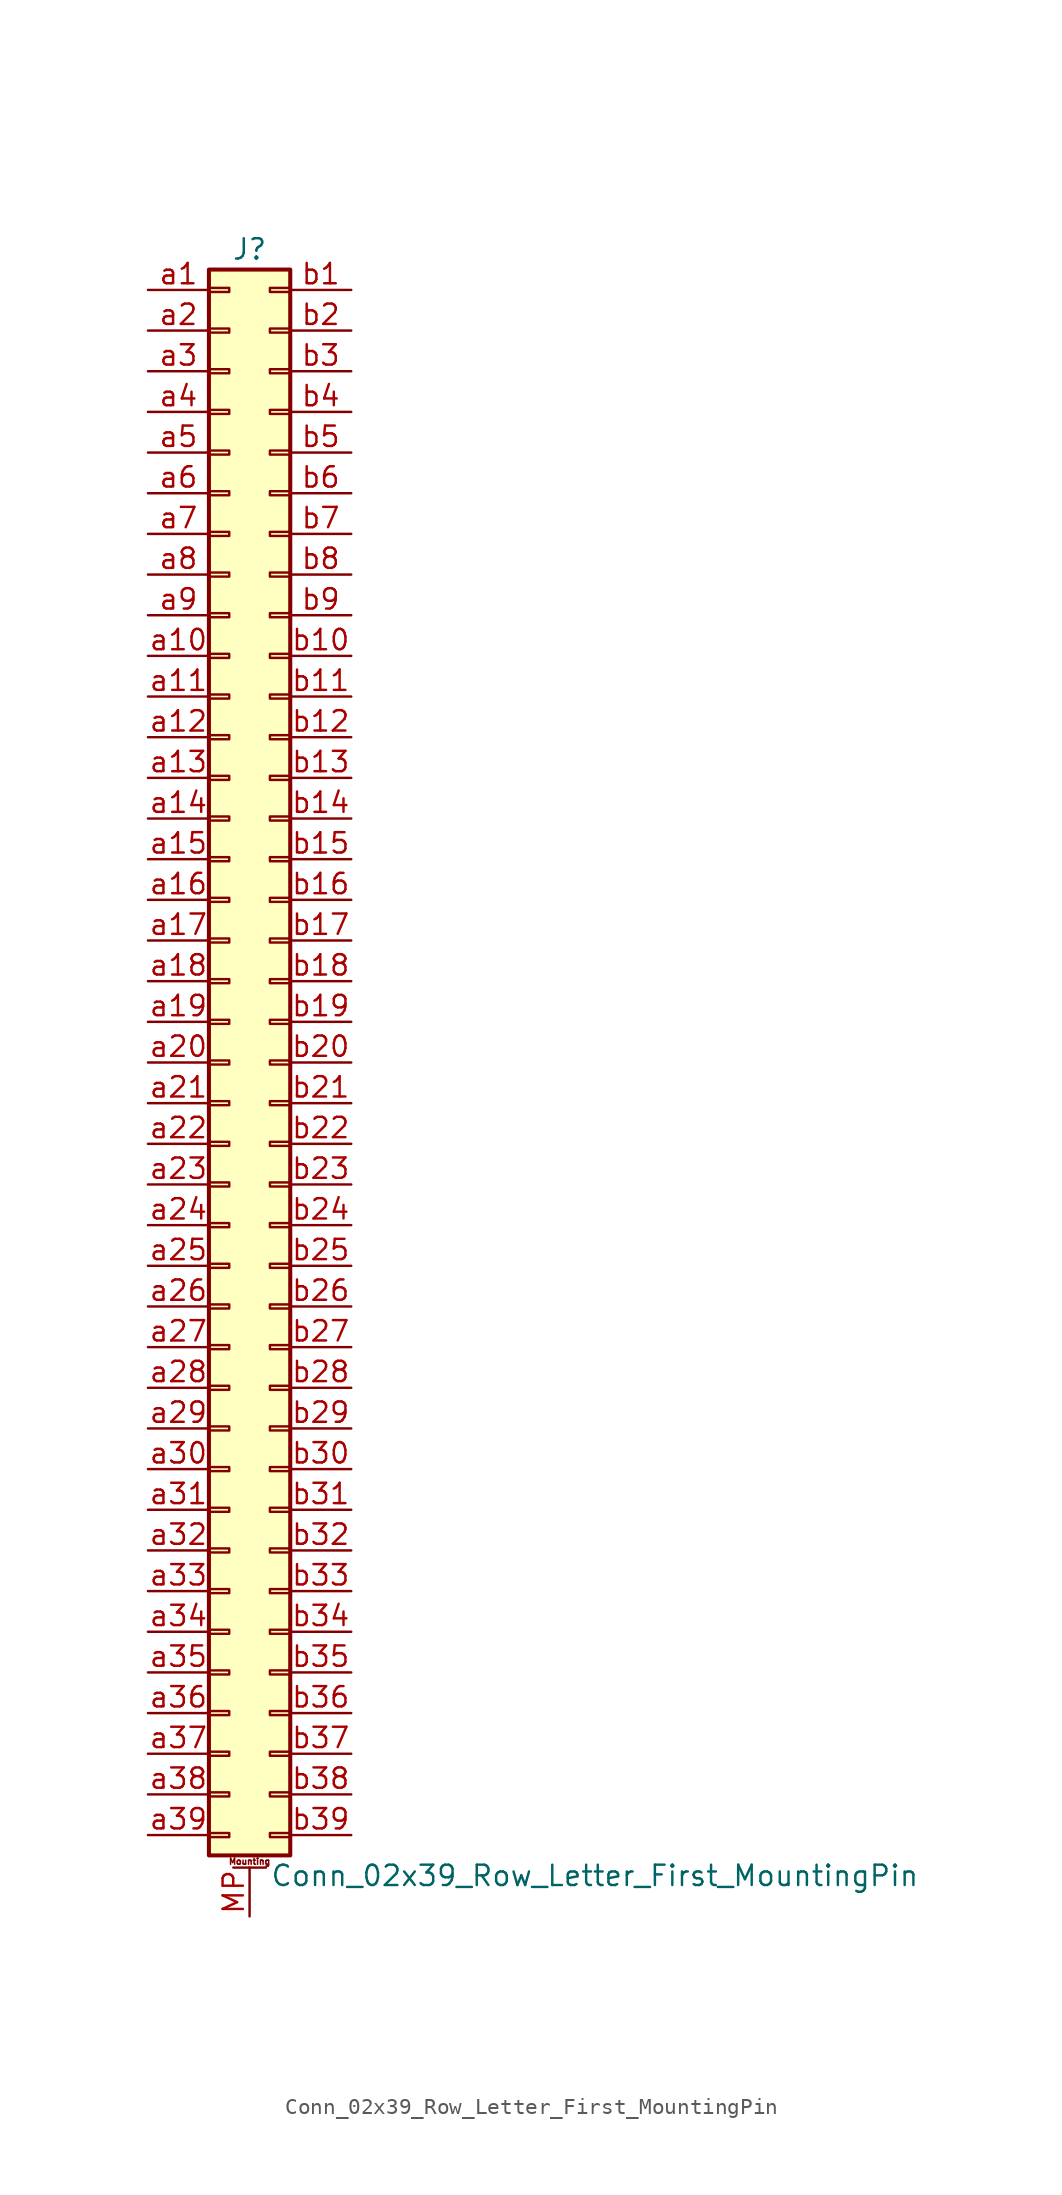
<source format=kicad_sym>
(kicad_symbol_lib
  (version 20201005)
  (generator kicad_symbol_editor)
  (symbol "Conn_02x39_Row_Letter_First_MountingPin"
    (pin_names
      (offset 1.016) hide)
    (property "Reference" "J"
      (at 1.27 50.8 0)
      (effects (font (size 1.27 1.27))))
    (property "Value" "Conn_02x39_Row_Letter_First_MountingPin"
      (at 2.54 -50.8 0)
      (effects (font (size 1.27 1.27)) (justify left)))
    (symbol "Conn_02x39_Row_Letter_First_MountingPin_1_1"
      (text "Mounting" (at 1.27 -49.911 0) (effects (font (size 0.381 0.381))))
      (rectangle (start -1.27 -48.133) (end 0 -48.387) (stroke (width 0.152)) (fill (type none)))
      (rectangle (start -1.27 -45.593) (end 0 -45.847) (stroke (width 0.152)) (fill (type none)))
      (rectangle (start -1.27 -43.053) (end 0 -43.307) (stroke (width 0.152)) (fill (type none)))
      (rectangle (start -1.27 -40.513) (end 0 -40.767) (stroke (width 0.152)) (fill (type none)))
      (rectangle (start -1.27 -37.973) (end 0 -38.227) (stroke (width 0.152)) (fill (type none)))
      (rectangle (start -1.27 -35.433) (end 0 -35.687) (stroke (width 0.152)) (fill (type none)))
      (rectangle (start -1.27 -32.893) (end 0 -33.147) (stroke (width 0.152)) (fill (type none)))
      (rectangle (start -1.27 -30.353) (end 0 -30.607) (stroke (width 0.152)) (fill (type none)))
      (rectangle (start -1.27 -27.813) (end 0 -28.067) (stroke (width 0.152)) (fill (type none)))
      (rectangle (start -1.27 -25.273) (end 0 -25.527) (stroke (width 0.152)) (fill (type none)))
      (rectangle (start -1.27 -22.733) (end 0 -22.987) (stroke (width 0.152)) (fill (type none)))
      (rectangle (start -1.27 -20.193) (end 0 -20.447) (stroke (width 0.152)) (fill (type none)))
      (rectangle (start -1.27 -17.653) (end 0 -17.907) (stroke (width 0.152)) (fill (type none)))
      (rectangle (start -1.27 -15.113) (end 0 -15.367) (stroke (width 0.152)) (fill (type none)))
      (rectangle (start -1.27 -12.573) (end 0 -12.827) (stroke (width 0.152)) (fill (type none)))
      (rectangle (start -1.27 -10.033) (end 0 -10.287) (stroke (width 0.152)) (fill (type none)))
      (rectangle (start -1.27 -7.493) (end 0 -7.747) (stroke (width 0.152)) (fill (type none)))
      (rectangle (start -1.27 -4.953) (end 0 -5.207) (stroke (width 0.152)) (fill (type none)))
      (rectangle (start -1.27 -2.413) (end 0 -2.667) (stroke (width 0.152)) (fill (type none)))
      (rectangle (start -1.27 0.127) (end 0 -0.127) (stroke (width 0.152)) (fill (type none)))
      (rectangle (start -1.27 2.667) (end 0 2.413) (stroke (width 0.152)) (fill (type none)))
      (rectangle (start -1.27 5.207) (end 0 4.953) (stroke (width 0.152)) (fill (type none)))
      (rectangle (start -1.27 7.747) (end 0 7.493) (stroke (width 0.152)) (fill (type none)))
      (rectangle (start -1.27 10.287) (end 0 10.033) (stroke (width 0.152)) (fill (type none)))
      (rectangle (start -1.27 12.827) (end 0 12.573) (stroke (width 0.152)) (fill (type none)))
      (rectangle (start -1.27 15.367) (end 0 15.113) (stroke (width 0.152)) (fill (type none)))
      (rectangle (start -1.27 17.907) (end 0 17.653) (stroke (width 0.152)) (fill (type none)))
      (rectangle (start -1.27 20.447) (end 0 20.193) (stroke (width 0.152)) (fill (type none)))
      (rectangle (start -1.27 22.987) (end 0 22.733) (stroke (width 0.152)) (fill (type none)))
      (rectangle (start -1.27 25.527) (end 0 25.273) (stroke (width 0.152)) (fill (type none)))
      (rectangle (start -1.27 28.067) (end 0 27.813) (stroke (width 0.152)) (fill (type none)))
      (rectangle (start -1.27 30.607) (end 0 30.353) (stroke (width 0.152)) (fill (type none)))
      (rectangle (start -1.27 33.147) (end 0 32.893) (stroke (width 0.152)) (fill (type none)))
      (rectangle (start -1.27 35.687) (end 0 35.433) (stroke (width 0.152)) (fill (type none)))
      (rectangle (start -1.27 38.227) (end 0 37.973) (stroke (width 0.152)) (fill (type none)))
      (rectangle (start -1.27 40.767) (end 0 40.513) (stroke (width 0.152)) (fill (type none)))
      (rectangle (start -1.27 43.307) (end 0 43.053) (stroke (width 0.152)) (fill (type none)))
      (rectangle (start -1.27 45.847) (end 0 45.593) (stroke (width 0.152)) (fill (type none)))
      (rectangle (start -1.27 48.387) (end 0 48.133) (stroke (width 0.152)) (fill (type none)))
      (rectangle (start -1.27 49.53) (end 3.81 -49.53) (stroke (width 0.254)) (fill (type background)))
      (rectangle (start 3.81 -48.133) (end 2.54 -48.387) (stroke (width 0.152)) (fill (type none)))
      (rectangle (start 3.81 -45.593) (end 2.54 -45.847) (stroke (width 0.152)) (fill (type none)))
      (rectangle (start 3.81 -43.053) (end 2.54 -43.307) (stroke (width 0.152)) (fill (type none)))
      (rectangle (start 3.81 -40.513) (end 2.54 -40.767) (stroke (width 0.152)) (fill (type none)))
      (rectangle (start 3.81 -37.973) (end 2.54 -38.227) (stroke (width 0.152)) (fill (type none)))
      (rectangle (start 3.81 -35.433) (end 2.54 -35.687) (stroke (width 0.152)) (fill (type none)))
      (rectangle (start 3.81 -32.893) (end 2.54 -33.147) (stroke (width 0.152)) (fill (type none)))
      (rectangle (start 3.81 -30.353) (end 2.54 -30.607) (stroke (width 0.152)) (fill (type none)))
      (rectangle (start 3.81 -27.813) (end 2.54 -28.067) (stroke (width 0.152)) (fill (type none)))
      (rectangle (start 3.81 -25.273) (end 2.54 -25.527) (stroke (width 0.152)) (fill (type none)))
      (rectangle (start 3.81 -22.733) (end 2.54 -22.987) (stroke (width 0.152)) (fill (type none)))
      (rectangle (start 3.81 -20.193) (end 2.54 -20.447) (stroke (width 0.152)) (fill (type none)))
      (rectangle (start 3.81 -17.653) (end 2.54 -17.907) (stroke (width 0.152)) (fill (type none)))
      (rectangle (start 3.81 -15.113) (end 2.54 -15.367) (stroke (width 0.152)) (fill (type none)))
      (rectangle (start 3.81 -12.573) (end 2.54 -12.827) (stroke (width 0.152)) (fill (type none)))
      (rectangle (start 3.81 -10.033) (end 2.54 -10.287) (stroke (width 0.152)) (fill (type none)))
      (rectangle (start 3.81 -7.493) (end 2.54 -7.747) (stroke (width 0.152)) (fill (type none)))
      (rectangle (start 3.81 -4.953) (end 2.54 -5.207) (stroke (width 0.152)) (fill (type none)))
      (rectangle (start 3.81 -2.413) (end 2.54 -2.667) (stroke (width 0.152)) (fill (type none)))
      (rectangle (start 3.81 0.127) (end 2.54 -0.127) (stroke (width 0.152)) (fill (type none)))
      (rectangle (start 3.81 2.667) (end 2.54 2.413) (stroke (width 0.152)) (fill (type none)))
      (rectangle (start 3.81 5.207) (end 2.54 4.953) (stroke (width 0.152)) (fill (type none)))
      (rectangle (start 3.81 7.747) (end 2.54 7.493) (stroke (width 0.152)) (fill (type none)))
      (rectangle (start 3.81 10.287) (end 2.54 10.033) (stroke (width 0.152)) (fill (type none)))
      (rectangle (start 3.81 12.827) (end 2.54 12.573) (stroke (width 0.152)) (fill (type none)))
      (rectangle (start 3.81 15.367) (end 2.54 15.113) (stroke (width 0.152)) (fill (type none)))
      (rectangle (start 3.81 17.907) (end 2.54 17.653) (stroke (width 0.152)) (fill (type none)))
      (rectangle (start 3.81 20.447) (end 2.54 20.193) (stroke (width 0.152)) (fill (type none)))
      (rectangle (start 3.81 22.987) (end 2.54 22.733) (stroke (width 0.152)) (fill (type none)))
      (rectangle (start 3.81 25.527) (end 2.54 25.273) (stroke (width 0.152)) (fill (type none)))
      (rectangle (start 3.81 28.067) (end 2.54 27.813) (stroke (width 0.152)) (fill (type none)))
      (rectangle (start 3.81 30.607) (end 2.54 30.353) (stroke (width 0.152)) (fill (type none)))
      (rectangle (start 3.81 33.147) (end 2.54 32.893) (stroke (width 0.152)) (fill (type none)))
      (rectangle (start 3.81 35.687) (end 2.54 35.433) (stroke (width 0.152)) (fill (type none)))
      (rectangle (start 3.81 38.227) (end 2.54 37.973) (stroke (width 0.152)) (fill (type none)))
      (rectangle (start 3.81 40.767) (end 2.54 40.513) (stroke (width 0.152)) (fill (type none)))
      (rectangle (start 3.81 43.307) (end 2.54 43.053) (stroke (width 0.152)) (fill (type none)))
      (rectangle (start 3.81 45.847) (end 2.54 45.593) (stroke (width 0.152)) (fill (type none)))
      (rectangle (start 3.81 48.387) (end 2.54 48.133) (stroke (width 0.152)) (fill (type none)))
      (polyline (pts (xy 0.254 -50.292) (xy 2.286 -50.292)) (stroke (width 0.152)) (fill (type none)))
      (pin passive line (at 1.27 -53.34 90) (length 3.048) (name "MountPin" (effects (font (size 1.27 1.27)))) (number "MP" (effects (font (size 1.27 1.27)))))
      (pin passive line (at -5.08 48.26 0) (length 3.81) (name "Pin_a1" (effects (font (size 1.27 1.27)))) (number "a1" (effects (font (size 1.27 1.27)))))
      (pin passive line (at -5.08 25.4 0) (length 3.81) (name "Pin_a10" (effects (font (size 1.27 1.27)))) (number "a10" (effects (font (size 1.27 1.27)))))
      (pin passive line (at -5.08 22.86 0) (length 3.81) (name "Pin_a11" (effects (font (size 1.27 1.27)))) (number "a11" (effects (font (size 1.27 1.27)))))
      (pin passive line (at -5.08 20.32 0) (length 3.81) (name "Pin_a12" (effects (font (size 1.27 1.27)))) (number "a12" (effects (font (size 1.27 1.27)))))
      (pin passive line (at -5.08 17.78 0) (length 3.81) (name "Pin_a13" (effects (font (size 1.27 1.27)))) (number "a13" (effects (font (size 1.27 1.27)))))
      (pin passive line (at -5.08 15.24 0) (length 3.81) (name "Pin_a14" (effects (font (size 1.27 1.27)))) (number "a14" (effects (font (size 1.27 1.27)))))
      (pin passive line (at -5.08 12.7 0) (length 3.81) (name "Pin_a15" (effects (font (size 1.27 1.27)))) (number "a15" (effects (font (size 1.27 1.27)))))
      (pin passive line (at -5.08 10.16 0) (length 3.81) (name "Pin_a16" (effects (font (size 1.27 1.27)))) (number "a16" (effects (font (size 1.27 1.27)))))
      (pin passive line (at -5.08 7.62 0) (length 3.81) (name "Pin_a17" (effects (font (size 1.27 1.27)))) (number "a17" (effects (font (size 1.27 1.27)))))
      (pin passive line (at -5.08 5.08 0) (length 3.81) (name "Pin_a18" (effects (font (size 1.27 1.27)))) (number "a18" (effects (font (size 1.27 1.27)))))
      (pin passive line (at -5.08 2.54 0) (length 3.81) (name "Pin_a19" (effects (font (size 1.27 1.27)))) (number "a19" (effects (font (size 1.27 1.27)))))
      (pin passive line (at -5.08 45.72 0) (length 3.81) (name "Pin_a2" (effects (font (size 1.27 1.27)))) (number "a2" (effects (font (size 1.27 1.27)))))
      (pin passive line (at -5.08 0 0) (length 3.81) (name "Pin_a20" (effects (font (size 1.27 1.27)))) (number "a20" (effects (font (size 1.27 1.27)))))
      (pin passive line (at -5.08 -2.54 0) (length 3.81) (name "Pin_a21" (effects (font (size 1.27 1.27)))) (number "a21" (effects (font (size 1.27 1.27)))))
      (pin passive line (at -5.08 -5.08 0) (length 3.81) (name "Pin_a22" (effects (font (size 1.27 1.27)))) (number "a22" (effects (font (size 1.27 1.27)))))
      (pin passive line (at -5.08 -7.62 0) (length 3.81) (name "Pin_a23" (effects (font (size 1.27 1.27)))) (number "a23" (effects (font (size 1.27 1.27)))))
      (pin passive line (at -5.08 -10.16 0) (length 3.81) (name "Pin_a24" (effects (font (size 1.27 1.27)))) (number "a24" (effects (font (size 1.27 1.27)))))
      (pin passive line (at -5.08 -12.7 0) (length 3.81) (name "Pin_a25" (effects (font (size 1.27 1.27)))) (number "a25" (effects (font (size 1.27 1.27)))))
      (pin passive line (at -5.08 -15.24 0) (length 3.81) (name "Pin_a26" (effects (font (size 1.27 1.27)))) (number "a26" (effects (font (size 1.27 1.27)))))
      (pin passive line (at -5.08 -17.78 0) (length 3.81) (name "Pin_a27" (effects (font (size 1.27 1.27)))) (number "a27" (effects (font (size 1.27 1.27)))))
      (pin passive line (at -5.08 -20.32 0) (length 3.81) (name "Pin_a28" (effects (font (size 1.27 1.27)))) (number "a28" (effects (font (size 1.27 1.27)))))
      (pin passive line (at -5.08 -22.86 0) (length 3.81) (name "Pin_a29" (effects (font (size 1.27 1.27)))) (number "a29" (effects (font (size 1.27 1.27)))))
      (pin passive line (at -5.08 43.18 0) (length 3.81) (name "Pin_a3" (effects (font (size 1.27 1.27)))) (number "a3" (effects (font (size 1.27 1.27)))))
      (pin passive line (at -5.08 -25.4 0) (length 3.81) (name "Pin_a30" (effects (font (size 1.27 1.27)))) (number "a30" (effects (font (size 1.27 1.27)))))
      (pin passive line (at -5.08 -27.94 0) (length 3.81) (name "Pin_a31" (effects (font (size 1.27 1.27)))) (number "a31" (effects (font (size 1.27 1.27)))))
      (pin passive line (at -5.08 -30.48 0) (length 3.81) (name "Pin_a32" (effects (font (size 1.27 1.27)))) (number "a32" (effects (font (size 1.27 1.27)))))
      (pin passive line (at -5.08 -33.02 0) (length 3.81) (name "Pin_a33" (effects (font (size 1.27 1.27)))) (number "a33" (effects (font (size 1.27 1.27)))))
      (pin passive line (at -5.08 -35.56 0) (length 3.81) (name "Pin_a34" (effects (font (size 1.27 1.27)))) (number "a34" (effects (font (size 1.27 1.27)))))
      (pin passive line (at -5.08 -38.1 0) (length 3.81) (name "Pin_a35" (effects (font (size 1.27 1.27)))) (number "a35" (effects (font (size 1.27 1.27)))))
      (pin passive line (at -5.08 -40.64 0) (length 3.81) (name "Pin_a36" (effects (font (size 1.27 1.27)))) (number "a36" (effects (font (size 1.27 1.27)))))
      (pin passive line (at -5.08 -43.18 0) (length 3.81) (name "Pin_a37" (effects (font (size 1.27 1.27)))) (number "a37" (effects (font (size 1.27 1.27)))))
      (pin passive line (at -5.08 -45.72 0) (length 3.81) (name "Pin_a38" (effects (font (size 1.27 1.27)))) (number "a38" (effects (font (size 1.27 1.27)))))
      (pin passive line (at -5.08 -48.26 0) (length 3.81) (name "Pin_a39" (effects (font (size 1.27 1.27)))) (number "a39" (effects (font (size 1.27 1.27)))))
      (pin passive line (at -5.08 40.64 0) (length 3.81) (name "Pin_a4" (effects (font (size 1.27 1.27)))) (number "a4" (effects (font (size 1.27 1.27)))))
      (pin passive line (at -5.08 38.1 0) (length 3.81) (name "Pin_a5" (effects (font (size 1.27 1.27)))) (number "a5" (effects (font (size 1.27 1.27)))))
      (pin passive line (at -5.08 35.56 0) (length 3.81) (name "Pin_a6" (effects (font (size 1.27 1.27)))) (number "a6" (effects (font (size 1.27 1.27)))))
      (pin passive line (at -5.08 33.02 0) (length 3.81) (name "Pin_a7" (effects (font (size 1.27 1.27)))) (number "a7" (effects (font (size 1.27 1.27)))))
      (pin passive line (at -5.08 30.48 0) (length 3.81) (name "Pin_a8" (effects (font (size 1.27 1.27)))) (number "a8" (effects (font (size 1.27 1.27)))))
      (pin passive line (at -5.08 27.94 0) (length 3.81) (name "Pin_a9" (effects (font (size 1.27 1.27)))) (number "a9" (effects (font (size 1.27 1.27)))))
      (pin passive line (at 7.62 48.26 180) (length 3.81) (name "Pin_b1" (effects (font (size 1.27 1.27)))) (number "b1" (effects (font (size 1.27 1.27)))))
      (pin passive line (at 7.62 25.4 180) (length 3.81) (name "Pin_b10" (effects (font (size 1.27 1.27)))) (number "b10" (effects (font (size 1.27 1.27)))))
      (pin passive line (at 7.62 22.86 180) (length 3.81) (name "Pin_b11" (effects (font (size 1.27 1.27)))) (number "b11" (effects (font (size 1.27 1.27)))))
      (pin passive line (at 7.62 20.32 180) (length 3.81) (name "Pin_b12" (effects (font (size 1.27 1.27)))) (number "b12" (effects (font (size 1.27 1.27)))))
      (pin passive line (at 7.62 17.78 180) (length 3.81) (name "Pin_b13" (effects (font (size 1.27 1.27)))) (number "b13" (effects (font (size 1.27 1.27)))))
      (pin passive line (at 7.62 15.24 180) (length 3.81) (name "Pin_b14" (effects (font (size 1.27 1.27)))) (number "b14" (effects (font (size 1.27 1.27)))))
      (pin passive line (at 7.62 12.7 180) (length 3.81) (name "Pin_b15" (effects (font (size 1.27 1.27)))) (number "b15" (effects (font (size 1.27 1.27)))))
      (pin passive line (at 7.62 10.16 180) (length 3.81) (name "Pin_b16" (effects (font (size 1.27 1.27)))) (number "b16" (effects (font (size 1.27 1.27)))))
      (pin passive line (at 7.62 7.62 180) (length 3.81) (name "Pin_b17" (effects (font (size 1.27 1.27)))) (number "b17" (effects (font (size 1.27 1.27)))))
      (pin passive line (at 7.62 5.08 180) (length 3.81) (name "Pin_b18" (effects (font (size 1.27 1.27)))) (number "b18" (effects (font (size 1.27 1.27)))))
      (pin passive line (at 7.62 2.54 180) (length 3.81) (name "Pin_b19" (effects (font (size 1.27 1.27)))) (number "b19" (effects (font (size 1.27 1.27)))))
      (pin passive line (at 7.62 45.72 180) (length 3.81) (name "Pin_b2" (effects (font (size 1.27 1.27)))) (number "b2" (effects (font (size 1.27 1.27)))))
      (pin passive line (at 7.62 0 180) (length 3.81) (name "Pin_b20" (effects (font (size 1.27 1.27)))) (number "b20" (effects (font (size 1.27 1.27)))))
      (pin passive line (at 7.62 -2.54 180) (length 3.81) (name "Pin_b21" (effects (font (size 1.27 1.27)))) (number "b21" (effects (font (size 1.27 1.27)))))
      (pin passive line (at 7.62 -5.08 180) (length 3.81) (name "Pin_b22" (effects (font (size 1.27 1.27)))) (number "b22" (effects (font (size 1.27 1.27)))))
      (pin passive line (at 7.62 -7.62 180) (length 3.81) (name "Pin_b23" (effects (font (size 1.27 1.27)))) (number "b23" (effects (font (size 1.27 1.27)))))
      (pin passive line (at 7.62 -10.16 180) (length 3.81) (name "Pin_b24" (effects (font (size 1.27 1.27)))) (number "b24" (effects (font (size 1.27 1.27)))))
      (pin passive line (at 7.62 -12.7 180) (length 3.81) (name "Pin_b25" (effects (font (size 1.27 1.27)))) (number "b25" (effects (font (size 1.27 1.27)))))
      (pin passive line (at 7.62 -15.24 180) (length 3.81) (name "Pin_b26" (effects (font (size 1.27 1.27)))) (number "b26" (effects (font (size 1.27 1.27)))))
      (pin passive line (at 7.62 -17.78 180) (length 3.81) (name "Pin_b27" (effects (font (size 1.27 1.27)))) (number "b27" (effects (font (size 1.27 1.27)))))
      (pin passive line (at 7.62 -20.32 180) (length 3.81) (name "Pin_b28" (effects (font (size 1.27 1.27)))) (number "b28" (effects (font (size 1.27 1.27)))))
      (pin passive line (at 7.62 -22.86 180) (length 3.81) (name "Pin_b29" (effects (font (size 1.27 1.27)))) (number "b29" (effects (font (size 1.27 1.27)))))
      (pin passive line (at 7.62 43.18 180) (length 3.81) (name "Pin_b3" (effects (font (size 1.27 1.27)))) (number "b3" (effects (font (size 1.27 1.27)))))
      (pin passive line (at 7.62 -25.4 180) (length 3.81) (name "Pin_b30" (effects (font (size 1.27 1.27)))) (number "b30" (effects (font (size 1.27 1.27)))))
      (pin passive line (at 7.62 -27.94 180) (length 3.81) (name "Pin_b31" (effects (font (size 1.27 1.27)))) (number "b31" (effects (font (size 1.27 1.27)))))
      (pin passive line (at 7.62 -30.48 180) (length 3.81) (name "Pin_b32" (effects (font (size 1.27 1.27)))) (number "b32" (effects (font (size 1.27 1.27)))))
      (pin passive line (at 7.62 -33.02 180) (length 3.81) (name "Pin_b33" (effects (font (size 1.27 1.27)))) (number "b33" (effects (font (size 1.27 1.27)))))
      (pin passive line (at 7.62 -35.56 180) (length 3.81) (name "Pin_b34" (effects (font (size 1.27 1.27)))) (number "b34" (effects (font (size 1.27 1.27)))))
      (pin passive line (at 7.62 -38.1 180) (length 3.81) (name "Pin_b35" (effects (font (size 1.27 1.27)))) (number "b35" (effects (font (size 1.27 1.27)))))
      (pin passive line (at 7.62 -40.64 180) (length 3.81) (name "Pin_b36" (effects (font (size 1.27 1.27)))) (number "b36" (effects (font (size 1.27 1.27)))))
      (pin passive line (at 7.62 -43.18 180) (length 3.81) (name "Pin_b37" (effects (font (size 1.27 1.27)))) (number "b37" (effects (font (size 1.27 1.27)))))
      (pin passive line (at 7.62 -45.72 180) (length 3.81) (name "Pin_b38" (effects (font (size 1.27 1.27)))) (number "b38" (effects (font (size 1.27 1.27)))))
      (pin passive line (at 7.62 -48.26 180) (length 3.81) (name "Pin_b39" (effects (font (size 1.27 1.27)))) (number "b39" (effects (font (size 1.27 1.27)))))
      (pin passive line (at 7.62 40.64 180) (length 3.81) (name "Pin_b4" (effects (font (size 1.27 1.27)))) (number "b4" (effects (font (size 1.27 1.27)))))
      (pin passive line (at 7.62 38.1 180) (length 3.81) (name "Pin_b5" (effects (font (size 1.27 1.27)))) (number "b5" (effects (font (size 1.27 1.27)))))
      (pin passive line (at 7.62 35.56 180) (length 3.81) (name "Pin_b6" (effects (font (size 1.27 1.27)))) (number "b6" (effects (font (size 1.27 1.27)))))
      (pin passive line (at 7.62 33.02 180) (length 3.81) (name "Pin_b7" (effects (font (size 1.27 1.27)))) (number "b7" (effects (font (size 1.27 1.27)))))
      (pin passive line (at 7.62 30.48 180) (length 3.81) (name "Pin_b8" (effects (font (size 1.27 1.27)))) (number "b8" (effects (font (size 1.27 1.27)))))
      (pin passive line (at 7.62 27.94 180) (length 3.81) (name "Pin_b9" (effects (font (size 1.27 1.27)))) (number "b9" (effects (font (size 1.27 1.27))))))))
</source>
